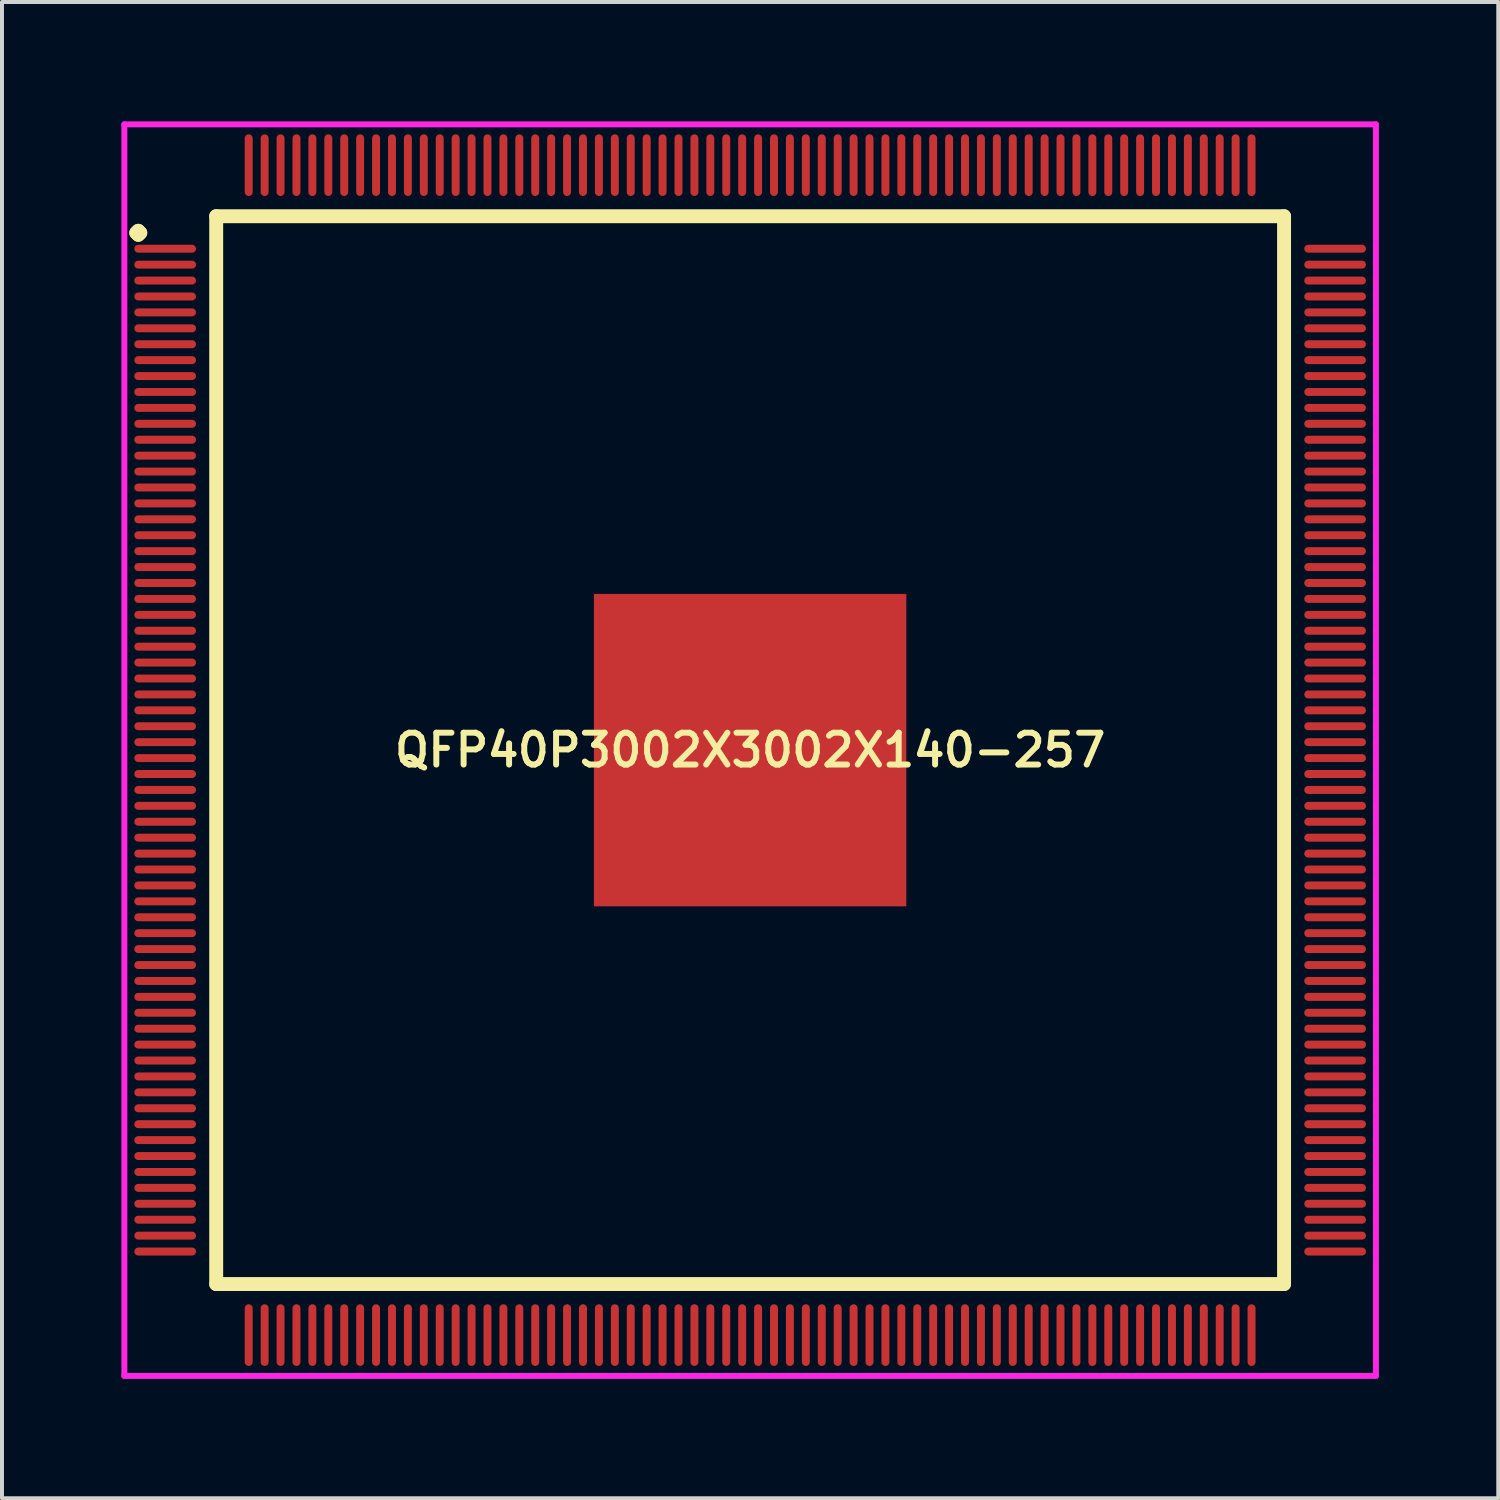
<source format=kicad_pcb>
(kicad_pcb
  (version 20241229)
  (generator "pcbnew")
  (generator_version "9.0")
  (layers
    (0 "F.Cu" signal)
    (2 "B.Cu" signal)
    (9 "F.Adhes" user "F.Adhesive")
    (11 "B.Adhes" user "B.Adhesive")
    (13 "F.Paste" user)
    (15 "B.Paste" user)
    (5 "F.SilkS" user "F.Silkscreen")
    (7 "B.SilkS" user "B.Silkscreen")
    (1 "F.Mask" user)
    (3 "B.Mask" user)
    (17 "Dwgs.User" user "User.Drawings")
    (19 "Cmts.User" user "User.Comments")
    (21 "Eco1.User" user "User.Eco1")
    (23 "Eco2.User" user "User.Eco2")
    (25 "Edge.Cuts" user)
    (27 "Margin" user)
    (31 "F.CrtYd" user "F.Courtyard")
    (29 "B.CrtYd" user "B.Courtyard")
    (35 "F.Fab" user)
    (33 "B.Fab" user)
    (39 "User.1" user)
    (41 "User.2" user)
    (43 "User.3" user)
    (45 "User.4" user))
  (footprint "QFP40P3002X3002X140-257"
    (layer "F.Cu")
    (at 15.8 15.8)
    (property "Reference" "QFP40P3002X3002X140-257" (at 0 0 0) (layer "F.SilkS") (effects (font (size 0.8 0.8) (thickness 0.15))))
    (attr smd)
    (fp_line (start -15.425 -13) (end -15.375 -13.05) (stroke (width 0.35) (type solid)) (layer "F.SilkS"))
    (fp_line (start -15.375 -13.05) (end -15.325 -13) (stroke (width 0.35) (type solid)) (layer "F.SilkS"))
    (fp_line (start -15.375 -12.95) (end -15.425 -13) (stroke (width 0.35) (type solid)) (layer "F.SilkS"))
    (fp_line (start -15.325 -13) (end -15.375 -12.95) (stroke (width 0.35) (type solid)) (layer "F.SilkS"))
    (fp_line (start -13.417 -13.417) (end -13.417 13.417) (stroke (width 0.35) (type solid)) (layer "F.SilkS"))
    (fp_line (start -13.417 13.417) (end 13.417 13.417) (stroke (width 0.35) (type solid)) (layer "F.SilkS"))
    (fp_line (start 13.417 -13.417) (end -13.417 -13.417) (stroke (width 0.35) (type solid)) (layer "F.SilkS"))
    (fp_line (start 13.417 13.417) (end 13.417 -13.417) (stroke (width 0.35) (type solid)) (layer "F.SilkS"))
    (fp_line (start -15.725 -15.725) (end 15.725 -15.725) (stroke (width 0.15) (type solid)) (layer "F.CrtYd"))
    (fp_line (start -15.725 15.725) (end -15.725 -15.725) (stroke (width 0.15) (type solid)) (layer "F.CrtYd"))
    (fp_line (start 15.725 -15.725) (end 15.725 15.725) (stroke (width 0.15) (type solid)) (layer "F.CrtYd"))
    (fp_line (start 15.725 15.725) (end -15.725 15.725) (stroke (width 0.15) (type solid)) (layer "F.CrtYd"))
    (pad "1" smd oval (at -14.7 -12.6) (size 1.55 0.2) (layers "F.Cu" "F.Mask" "F.Paste"))
    (pad "2" smd oval (at -14.7 -12.2) (size 1.55 0.2) (layers "F.Cu" "F.Mask" "F.Paste"))
    (pad "3" smd oval (at -14.7 -11.8) (size 1.55 0.2) (layers "F.Cu" "F.Mask" "F.Paste"))
    (pad "4" smd oval (at -14.7 -11.4) (size 1.55 0.2) (layers "F.Cu" "F.Mask" "F.Paste"))
    (pad "5" smd oval (at -14.7 -11) (size 1.55 0.2) (layers "F.Cu" "F.Mask" "F.Paste"))
    (pad "6" smd oval (at -14.7 -10.6) (size 1.55 0.2) (layers "F.Cu" "F.Mask" "F.Paste"))
    (pad "7" smd oval (at -14.7 -10.2) (size 1.55 0.2) (layers "F.Cu" "F.Mask" "F.Paste"))
    (pad "8" smd oval (at -14.7 -9.8) (size 1.55 0.2) (layers "F.Cu" "F.Mask" "F.Paste"))
    (pad "9" smd oval (at -14.7 -9.4) (size 1.55 0.2) (layers "F.Cu" "F.Mask" "F.Paste"))
    (pad "10" smd oval (at -14.7 -9) (size 1.55 0.2) (layers "F.Cu" "F.Mask" "F.Paste"))
    (pad "11" smd oval (at -14.7 -8.6) (size 1.55 0.2) (layers "F.Cu" "F.Mask" "F.Paste"))
    (pad "12" smd oval (at -14.7 -8.2) (size 1.55 0.2) (layers "F.Cu" "F.Mask" "F.Paste"))
    (pad "13" smd oval (at -14.7 -7.8) (size 1.55 0.2) (layers "F.Cu" "F.Mask" "F.Paste"))
    (pad "14" smd oval (at -14.7 -7.4) (size 1.55 0.2) (layers "F.Cu" "F.Mask" "F.Paste"))
    (pad "15" smd oval (at -14.7 -7) (size 1.55 0.2) (layers "F.Cu" "F.Mask" "F.Paste"))
    (pad "16" smd oval (at -14.7 -6.6) (size 1.55 0.2) (layers "F.Cu" "F.Mask" "F.Paste"))
    (pad "17" smd oval (at -14.7 -6.2) (size 1.55 0.2) (layers "F.Cu" "F.Mask" "F.Paste"))
    (pad "18" smd oval (at -14.7 -5.8) (size 1.55 0.2) (layers "F.Cu" "F.Mask" "F.Paste"))
    (pad "19" smd oval (at -14.7 -5.4) (size 1.55 0.2) (layers "F.Cu" "F.Mask" "F.Paste"))
    (pad "20" smd oval (at -14.7 -5) (size 1.55 0.2) (layers "F.Cu" "F.Mask" "F.Paste"))
    (pad "21" smd oval (at -14.7 -4.6) (size 1.55 0.2) (layers "F.Cu" "F.Mask" "F.Paste"))
    (pad "22" smd oval (at -14.7 -4.2) (size 1.55 0.2) (layers "F.Cu" "F.Mask" "F.Paste"))
    (pad "23" smd oval (at -14.7 -3.8) (size 1.55 0.2) (layers "F.Cu" "F.Mask" "F.Paste"))
    (pad "24" smd oval (at -14.7 -3.4) (size 1.55 0.2) (layers "F.Cu" "F.Mask" "F.Paste"))
    (pad "25" smd oval (at -14.7 -3) (size 1.55 0.2) (layers "F.Cu" "F.Mask" "F.Paste"))
    (pad "26" smd oval (at -14.7 -2.6) (size 1.55 0.2) (layers "F.Cu" "F.Mask" "F.Paste"))
    (pad "27" smd oval (at -14.7 -2.2) (size 1.55 0.2) (layers "F.Cu" "F.Mask" "F.Paste"))
    (pad "28" smd oval (at -14.7 -1.8) (size 1.55 0.2) (layers "F.Cu" "F.Mask" "F.Paste"))
    (pad "29" smd oval (at -14.7 -1.4) (size 1.55 0.2) (layers "F.Cu" "F.Mask" "F.Paste"))
    (pad "30" smd oval (at -14.7 -1) (size 1.55 0.2) (layers "F.Cu" "F.Mask" "F.Paste"))
    (pad "31" smd oval (at -14.7 -0.6) (size 1.55 0.2) (layers "F.Cu" "F.Mask" "F.Paste"))
    (pad "32" smd oval (at -14.7 -0.2) (size 1.55 0.2) (layers "F.Cu" "F.Mask" "F.Paste"))
    (pad "33" smd oval (at -14.7 0.2) (size 1.55 0.2) (layers "F.Cu" "F.Mask" "F.Paste"))
    (pad "34" smd oval (at -14.7 0.6) (size 1.55 0.2) (layers "F.Cu" "F.Mask" "F.Paste"))
    (pad "35" smd oval (at -14.7 1) (size 1.55 0.2) (layers "F.Cu" "F.Mask" "F.Paste"))
    (pad "36" smd oval (at -14.7 1.4) (size 1.55 0.2) (layers "F.Cu" "F.Mask" "F.Paste"))
    (pad "37" smd oval (at -14.7 1.8) (size 1.55 0.2) (layers "F.Cu" "F.Mask" "F.Paste"))
    (pad "38" smd oval (at -14.7 2.2) (size 1.55 0.2) (layers "F.Cu" "F.Mask" "F.Paste"))
    (pad "39" smd oval (at -14.7 2.6) (size 1.55 0.2) (layers "F.Cu" "F.Mask" "F.Paste"))
    (pad "40" smd oval (at -14.7 3) (size 1.55 0.2) (layers "F.Cu" "F.Mask" "F.Paste"))
    (pad "41" smd oval (at -14.7 3.4) (size 1.55 0.2) (layers "F.Cu" "F.Mask" "F.Paste"))
    (pad "42" smd oval (at -14.7 3.8) (size 1.55 0.2) (layers "F.Cu" "F.Mask" "F.Paste"))
    (pad "43" smd oval (at -14.7 4.2) (size 1.55 0.2) (layers "F.Cu" "F.Mask" "F.Paste"))
    (pad "44" smd oval (at -14.7 4.6) (size 1.55 0.2) (layers "F.Cu" "F.Mask" "F.Paste"))
    (pad "45" smd oval (at -14.7 5) (size 1.55 0.2) (layers "F.Cu" "F.Mask" "F.Paste"))
    (pad "46" smd oval (at -14.7 5.4) (size 1.55 0.2) (layers "F.Cu" "F.Mask" "F.Paste"))
    (pad "47" smd oval (at -14.7 5.8) (size 1.55 0.2) (layers "F.Cu" "F.Mask" "F.Paste"))
    (pad "48" smd oval (at -14.7 6.2) (size 1.55 0.2) (layers "F.Cu" "F.Mask" "F.Paste"))
    (pad "49" smd oval (at -14.7 6.6) (size 1.55 0.2) (layers "F.Cu" "F.Mask" "F.Paste"))
    (pad "50" smd oval (at -14.7 7) (size 1.55 0.2) (layers "F.Cu" "F.Mask" "F.Paste"))
    (pad "51" smd oval (at -14.7 7.4) (size 1.55 0.2) (layers "F.Cu" "F.Mask" "F.Paste"))
    (pad "52" smd oval (at -14.7 7.8) (size 1.55 0.2) (layers "F.Cu" "F.Mask" "F.Paste"))
    (pad "53" smd oval (at -14.7 8.2) (size 1.55 0.2) (layers "F.Cu" "F.Mask" "F.Paste"))
    (pad "54" smd oval (at -14.7 8.6) (size 1.55 0.2) (layers "F.Cu" "F.Mask" "F.Paste"))
    (pad "55" smd oval (at -14.7 9) (size 1.55 0.2) (layers "F.Cu" "F.Mask" "F.Paste"))
    (pad "56" smd oval (at -14.7 9.4) (size 1.55 0.2) (layers "F.Cu" "F.Mask" "F.Paste"))
    (pad "57" smd oval (at -14.7 9.8) (size 1.55 0.2) (layers "F.Cu" "F.Mask" "F.Paste"))
    (pad "58" smd oval (at -14.7 10.2) (size 1.55 0.2) (layers "F.Cu" "F.Mask" "F.Paste"))
    (pad "59" smd oval (at -14.7 10.6) (size 1.55 0.2) (layers "F.Cu" "F.Mask" "F.Paste"))
    (pad "60" smd oval (at -14.7 11) (size 1.55 0.2) (layers "F.Cu" "F.Mask" "F.Paste"))
    (pad "61" smd oval (at -14.7 11.4) (size 1.55 0.2) (layers "F.Cu" "F.Mask" "F.Paste"))
    (pad "62" smd oval (at -14.7 11.8) (size 1.55 0.2) (layers "F.Cu" "F.Mask" "F.Paste"))
    (pad "63" smd oval (at -14.7 12.2) (size 1.55 0.2) (layers "F.Cu" "F.Mask" "F.Paste"))
    (pad "64" smd oval (at -14.7 12.6) (size 1.55 0.2) (layers "F.Cu" "F.Mask" "F.Paste"))
    (pad "65" smd oval (at -12.6 14.7) (size 0.2 1.55) (layers "F.Cu" "F.Mask" "F.Paste"))
    (pad "66" smd oval (at -12.2 14.7) (size 0.2 1.55) (layers "F.Cu" "F.Mask" "F.Paste"))
    (pad "67" smd oval (at -11.8 14.7) (size 0.2 1.55) (layers "F.Cu" "F.Mask" "F.Paste"))
    (pad "68" smd oval (at -11.4 14.7) (size 0.2 1.55) (layers "F.Cu" "F.Mask" "F.Paste"))
    (pad "69" smd oval (at -11 14.7) (size 0.2 1.55) (layers "F.Cu" "F.Mask" "F.Paste"))
    (pad "70" smd oval (at -10.6 14.7) (size 0.2 1.55) (layers "F.Cu" "F.Mask" "F.Paste"))
    (pad "71" smd oval (at -10.2 14.7) (size 0.2 1.55) (layers "F.Cu" "F.Mask" "F.Paste"))
    (pad "72" smd oval (at -9.8 14.7) (size 0.2 1.55) (layers "F.Cu" "F.Mask" "F.Paste"))
    (pad "73" smd oval (at -9.4 14.7) (size 0.2 1.55) (layers "F.Cu" "F.Mask" "F.Paste"))
    (pad "74" smd oval (at -9 14.7) (size 0.2 1.55) (layers "F.Cu" "F.Mask" "F.Paste"))
    (pad "75" smd oval (at -8.6 14.7) (size 0.2 1.55) (layers "F.Cu" "F.Mask" "F.Paste"))
    (pad "76" smd oval (at -8.2 14.7) (size 0.2 1.55) (layers "F.Cu" "F.Mask" "F.Paste"))
    (pad "77" smd oval (at -7.8 14.7) (size 0.2 1.55) (layers "F.Cu" "F.Mask" "F.Paste"))
    (pad "78" smd oval (at -7.4 14.7) (size 0.2 1.55) (layers "F.Cu" "F.Mask" "F.Paste"))
    (pad "79" smd oval (at -7 14.7) (size 0.2 1.55) (layers "F.Cu" "F.Mask" "F.Paste"))
    (pad "80" smd oval (at -6.6 14.7) (size 0.2 1.55) (layers "F.Cu" "F.Mask" "F.Paste"))
    (pad "81" smd oval (at -6.2 14.7) (size 0.2 1.55) (layers "F.Cu" "F.Mask" "F.Paste"))
    (pad "82" smd oval (at -5.8 14.7) (size 0.2 1.55) (layers "F.Cu" "F.Mask" "F.Paste"))
    (pad "83" smd oval (at -5.4 14.7) (size 0.2 1.55) (layers "F.Cu" "F.Mask" "F.Paste"))
    (pad "84" smd oval (at -5 14.7) (size 0.2 1.55) (layers "F.Cu" "F.Mask" "F.Paste"))
    (pad "85" smd oval (at -4.6 14.7) (size 0.2 1.55) (layers "F.Cu" "F.Mask" "F.Paste"))
    (pad "86" smd oval (at -4.2 14.7) (size 0.2 1.55) (layers "F.Cu" "F.Mask" "F.Paste"))
    (pad "87" smd oval (at -3.8 14.7) (size 0.2 1.55) (layers "F.Cu" "F.Mask" "F.Paste"))
    (pad "88" smd oval (at -3.4 14.7) (size 0.2 1.55) (layers "F.Cu" "F.Mask" "F.Paste"))
    (pad "89" smd oval (at -3 14.7) (size 0.2 1.55) (layers "F.Cu" "F.Mask" "F.Paste"))
    (pad "90" smd oval (at -2.6 14.7) (size 0.2 1.55) (layers "F.Cu" "F.Mask" "F.Paste"))
    (pad "91" smd oval (at -2.2 14.7) (size 0.2 1.55) (layers "F.Cu" "F.Mask" "F.Paste"))
    (pad "92" smd oval (at -1.8 14.7) (size 0.2 1.55) (layers "F.Cu" "F.Mask" "F.Paste"))
    (pad "93" smd oval (at -1.4 14.7) (size 0.2 1.55) (layers "F.Cu" "F.Mask" "F.Paste"))
    (pad "94" smd oval (at -1 14.7) (size 0.2 1.55) (layers "F.Cu" "F.Mask" "F.Paste"))
    (pad "95" smd oval (at -0.6 14.7) (size 0.2 1.55) (layers "F.Cu" "F.Mask" "F.Paste"))
    (pad "96" smd oval (at -0.2 14.7) (size 0.2 1.55) (layers "F.Cu" "F.Mask" "F.Paste"))
    (pad "97" smd oval (at 0.2 14.7) (size 0.2 1.55) (layers "F.Cu" "F.Mask" "F.Paste"))
    (pad "98" smd oval (at 0.6 14.7) (size 0.2 1.55) (layers "F.Cu" "F.Mask" "F.Paste"))
    (pad "99" smd oval (at 1 14.7) (size 0.2 1.55) (layers "F.Cu" "F.Mask" "F.Paste"))
    (pad "100" smd oval (at 1.4 14.7) (size 0.2 1.55) (layers "F.Cu" "F.Mask" "F.Paste"))
    (pad "101" smd oval (at 1.8 14.7) (size 0.2 1.55) (layers "F.Cu" "F.Mask" "F.Paste"))
    (pad "102" smd oval (at 2.2 14.7) (size 0.2 1.55) (layers "F.Cu" "F.Mask" "F.Paste"))
    (pad "103" smd oval (at 2.6 14.7) (size 0.2 1.55) (layers "F.Cu" "F.Mask" "F.Paste"))
    (pad "104" smd oval (at 3 14.7) (size 0.2 1.55) (layers "F.Cu" "F.Mask" "F.Paste"))
    (pad "105" smd oval (at 3.4 14.7) (size 0.2 1.55) (layers "F.Cu" "F.Mask" "F.Paste"))
    (pad "106" smd oval (at 3.8 14.7) (size 0.2 1.55) (layers "F.Cu" "F.Mask" "F.Paste"))
    (pad "107" smd oval (at 4.2 14.7) (size 0.2 1.55) (layers "F.Cu" "F.Mask" "F.Paste"))
    (pad "108" smd oval (at 4.6 14.7) (size 0.2 1.55) (layers "F.Cu" "F.Mask" "F.Paste"))
    (pad "109" smd oval (at 5 14.7) (size 0.2 1.55) (layers "F.Cu" "F.Mask" "F.Paste"))
    (pad "110" smd oval (at 5.4 14.7) (size 0.2 1.55) (layers "F.Cu" "F.Mask" "F.Paste"))
    (pad "111" smd oval (at 5.8 14.7) (size 0.2 1.55) (layers "F.Cu" "F.Mask" "F.Paste"))
    (pad "112" smd oval (at 6.2 14.7) (size 0.2 1.55) (layers "F.Cu" "F.Mask" "F.Paste"))
    (pad "113" smd oval (at 6.6 14.7) (size 0.2 1.55) (layers "F.Cu" "F.Mask" "F.Paste"))
    (pad "114" smd oval (at 7 14.7) (size 0.2 1.55) (layers "F.Cu" "F.Mask" "F.Paste"))
    (pad "115" smd oval (at 7.4 14.7) (size 0.2 1.55) (layers "F.Cu" "F.Mask" "F.Paste"))
    (pad "116" smd oval (at 7.8 14.7) (size 0.2 1.55) (layers "F.Cu" "F.Mask" "F.Paste"))
    (pad "117" smd oval (at 8.2 14.7) (size 0.2 1.55) (layers "F.Cu" "F.Mask" "F.Paste"))
    (pad "118" smd oval (at 8.6 14.7) (size 0.2 1.55) (layers "F.Cu" "F.Mask" "F.Paste"))
    (pad "119" smd oval (at 9 14.7) (size 0.2 1.55) (layers "F.Cu" "F.Mask" "F.Paste"))
    (pad "120" smd oval (at 9.4 14.7) (size 0.2 1.55) (layers "F.Cu" "F.Mask" "F.Paste"))
    (pad "121" smd oval (at 9.8 14.7) (size 0.2 1.55) (layers "F.Cu" "F.Mask" "F.Paste"))
    (pad "122" smd oval (at 10.2 14.7) (size 0.2 1.55) (layers "F.Cu" "F.Mask" "F.Paste"))
    (pad "123" smd oval (at 10.6 14.7) (size 0.2 1.55) (layers "F.Cu" "F.Mask" "F.Paste"))
    (pad "124" smd oval (at 11 14.7) (size 0.2 1.55) (layers "F.Cu" "F.Mask" "F.Paste"))
    (pad "125" smd oval (at 11.4 14.7) (size 0.2 1.55) (layers "F.Cu" "F.Mask" "F.Paste"))
    (pad "126" smd oval (at 11.8 14.7) (size 0.2 1.55) (layers "F.Cu" "F.Mask" "F.Paste"))
    (pad "127" smd oval (at 12.2 14.7) (size 0.2 1.55) (layers "F.Cu" "F.Mask" "F.Paste"))
    (pad "128" smd oval (at 12.6 14.7) (size 0.2 1.55) (layers "F.Cu" "F.Mask" "F.Paste"))
    (pad "129" smd oval (at 14.7 12.6) (size 1.55 0.2) (layers "F.Cu" "F.Mask" "F.Paste"))
    (pad "130" smd oval (at 14.7 12.2) (size 1.55 0.2) (layers "F.Cu" "F.Mask" "F.Paste"))
    (pad "131" smd oval (at 14.7 11.8) (size 1.55 0.2) (layers "F.Cu" "F.Mask" "F.Paste"))
    (pad "132" smd oval (at 14.7 11.4) (size 1.55 0.2) (layers "F.Cu" "F.Mask" "F.Paste"))
    (pad "133" smd oval (at 14.7 11) (size 1.55 0.2) (layers "F.Cu" "F.Mask" "F.Paste"))
    (pad "134" smd oval (at 14.7 10.6) (size 1.55 0.2) (layers "F.Cu" "F.Mask" "F.Paste"))
    (pad "135" smd oval (at 14.7 10.2) (size 1.55 0.2) (layers "F.Cu" "F.Mask" "F.Paste"))
    (pad "136" smd oval (at 14.7 9.8) (size 1.55 0.2) (layers "F.Cu" "F.Mask" "F.Paste"))
    (pad "137" smd oval (at 14.7 9.4) (size 1.55 0.2) (layers "F.Cu" "F.Mask" "F.Paste"))
    (pad "138" smd oval (at 14.7 9) (size 1.55 0.2) (layers "F.Cu" "F.Mask" "F.Paste"))
    (pad "139" smd oval (at 14.7 8.6) (size 1.55 0.2) (layers "F.Cu" "F.Mask" "F.Paste"))
    (pad "140" smd oval (at 14.7 8.2) (size 1.55 0.2) (layers "F.Cu" "F.Mask" "F.Paste"))
    (pad "141" smd oval (at 14.7 7.8) (size 1.55 0.2) (layers "F.Cu" "F.Mask" "F.Paste"))
    (pad "142" smd oval (at 14.7 7.4) (size 1.55 0.2) (layers "F.Cu" "F.Mask" "F.Paste"))
    (pad "143" smd oval (at 14.7 7) (size 1.55 0.2) (layers "F.Cu" "F.Mask" "F.Paste"))
    (pad "144" smd oval (at 14.7 6.6) (size 1.55 0.2) (layers "F.Cu" "F.Mask" "F.Paste"))
    (pad "145" smd oval (at 14.7 6.2) (size 1.55 0.2) (layers "F.Cu" "F.Mask" "F.Paste"))
    (pad "146" smd oval (at 14.7 5.8) (size 1.55 0.2) (layers "F.Cu" "F.Mask" "F.Paste"))
    (pad "147" smd oval (at 14.7 5.4) (size 1.55 0.2) (layers "F.Cu" "F.Mask" "F.Paste"))
    (pad "148" smd oval (at 14.7 5) (size 1.55 0.2) (layers "F.Cu" "F.Mask" "F.Paste"))
    (pad "149" smd oval (at 14.7 4.6) (size 1.55 0.2) (layers "F.Cu" "F.Mask" "F.Paste"))
    (pad "150" smd oval (at 14.7 4.2) (size 1.55 0.2) (layers "F.Cu" "F.Mask" "F.Paste"))
    (pad "151" smd oval (at 14.7 3.8) (size 1.55 0.2) (layers "F.Cu" "F.Mask" "F.Paste"))
    (pad "152" smd oval (at 14.7 3.4) (size 1.55 0.2) (layers "F.Cu" "F.Mask" "F.Paste"))
    (pad "153" smd oval (at 14.7 3) (size 1.55 0.2) (layers "F.Cu" "F.Mask" "F.Paste"))
    (pad "154" smd oval (at 14.7 2.6) (size 1.55 0.2) (layers "F.Cu" "F.Mask" "F.Paste"))
    (pad "155" smd oval (at 14.7 2.2) (size 1.55 0.2) (layers "F.Cu" "F.Mask" "F.Paste"))
    (pad "156" smd oval (at 14.7 1.8) (size 1.55 0.2) (layers "F.Cu" "F.Mask" "F.Paste"))
    (pad "157" smd oval (at 14.7 1.4) (size 1.55 0.2) (layers "F.Cu" "F.Mask" "F.Paste"))
    (pad "158" smd oval (at 14.7 1) (size 1.55 0.2) (layers "F.Cu" "F.Mask" "F.Paste"))
    (pad "159" smd oval (at 14.7 0.6) (size 1.55 0.2) (layers "F.Cu" "F.Mask" "F.Paste"))
    (pad "160" smd oval (at 14.7 0.2) (size 1.55 0.2) (layers "F.Cu" "F.Mask" "F.Paste"))
    (pad "161" smd oval (at 14.7 -0.2) (size 1.55 0.2) (layers "F.Cu" "F.Mask" "F.Paste"))
    (pad "162" smd oval (at 14.7 -0.6) (size 1.55 0.2) (layers "F.Cu" "F.Mask" "F.Paste"))
    (pad "163" smd oval (at 14.7 -1) (size 1.55 0.2) (layers "F.Cu" "F.Mask" "F.Paste"))
    (pad "164" smd oval (at 14.7 -1.4) (size 1.55 0.2) (layers "F.Cu" "F.Mask" "F.Paste"))
    (pad "165" smd oval (at 14.7 -1.8) (size 1.55 0.2) (layers "F.Cu" "F.Mask" "F.Paste"))
    (pad "166" smd oval (at 14.7 -2.2) (size 1.55 0.2) (layers "F.Cu" "F.Mask" "F.Paste"))
    (pad "167" smd oval (at 14.7 -2.6) (size 1.55 0.2) (layers "F.Cu" "F.Mask" "F.Paste"))
    (pad "168" smd oval (at 14.7 -3) (size 1.55 0.2) (layers "F.Cu" "F.Mask" "F.Paste"))
    (pad "169" smd oval (at 14.7 -3.4) (size 1.55 0.2) (layers "F.Cu" "F.Mask" "F.Paste"))
    (pad "170" smd oval (at 14.7 -3.8) (size 1.55 0.2) (layers "F.Cu" "F.Mask" "F.Paste"))
    (pad "171" smd oval (at 14.7 -4.2) (size 1.55 0.2) (layers "F.Cu" "F.Mask" "F.Paste"))
    (pad "172" smd oval (at 14.7 -4.6) (size 1.55 0.2) (layers "F.Cu" "F.Mask" "F.Paste"))
    (pad "173" smd oval (at 14.7 -5) (size 1.55 0.2) (layers "F.Cu" "F.Mask" "F.Paste"))
    (pad "174" smd oval (at 14.7 -5.4) (size 1.55 0.2) (layers "F.Cu" "F.Mask" "F.Paste"))
    (pad "175" smd oval (at 14.7 -5.8) (size 1.55 0.2) (layers "F.Cu" "F.Mask" "F.Paste"))
    (pad "176" smd oval (at 14.7 -6.2) (size 1.55 0.2) (layers "F.Cu" "F.Mask" "F.Paste"))
    (pad "177" smd oval (at 14.7 -6.6) (size 1.55 0.2) (layers "F.Cu" "F.Mask" "F.Paste"))
    (pad "178" smd oval (at 14.7 -7) (size 1.55 0.2) (layers "F.Cu" "F.Mask" "F.Paste"))
    (pad "179" smd oval (at 14.7 -7.4) (size 1.55 0.2) (layers "F.Cu" "F.Mask" "F.Paste"))
    (pad "180" smd oval (at 14.7 -7.8) (size 1.55 0.2) (layers "F.Cu" "F.Mask" "F.Paste"))
    (pad "181" smd oval (at 14.7 -8.2) (size 1.55 0.2) (layers "F.Cu" "F.Mask" "F.Paste"))
    (pad "182" smd oval (at 14.7 -8.6) (size 1.55 0.2) (layers "F.Cu" "F.Mask" "F.Paste"))
    (pad "183" smd oval (at 14.7 -9) (size 1.55 0.2) (layers "F.Cu" "F.Mask" "F.Paste"))
    (pad "184" smd oval (at 14.7 -9.4) (size 1.55 0.2) (layers "F.Cu" "F.Mask" "F.Paste"))
    (pad "185" smd oval (at 14.7 -9.8) (size 1.55 0.2) (layers "F.Cu" "F.Mask" "F.Paste"))
    (pad "186" smd oval (at 14.7 -10.2) (size 1.55 0.2) (layers "F.Cu" "F.Mask" "F.Paste"))
    (pad "187" smd oval (at 14.7 -10.6) (size 1.55 0.2) (layers "F.Cu" "F.Mask" "F.Paste"))
    (pad "188" smd oval (at 14.7 -11) (size 1.55 0.2) (layers "F.Cu" "F.Mask" "F.Paste"))
    (pad "189" smd oval (at 14.7 -11.4) (size 1.55 0.2) (layers "F.Cu" "F.Mask" "F.Paste"))
    (pad "190" smd oval (at 14.7 -11.8) (size 1.55 0.2) (layers "F.Cu" "F.Mask" "F.Paste"))
    (pad "191" smd oval (at 14.7 -12.2) (size 1.55 0.2) (layers "F.Cu" "F.Mask" "F.Paste"))
    (pad "192" smd oval (at 14.7 -12.6) (size 1.55 0.2) (layers "F.Cu" "F.Mask" "F.Paste"))
    (pad "193" smd oval (at 12.6 -14.7) (size 0.2 1.55) (layers "F.Cu" "F.Mask" "F.Paste"))
    (pad "194" smd oval (at 12.2 -14.7) (size 0.2 1.55) (layers "F.Cu" "F.Mask" "F.Paste"))
    (pad "195" smd oval (at 11.8 -14.7) (size 0.2 1.55) (layers "F.Cu" "F.Mask" "F.Paste"))
    (pad "196" smd oval (at 11.4 -14.7) (size 0.2 1.55) (layers "F.Cu" "F.Mask" "F.Paste"))
    (pad "197" smd oval (at 11 -14.7) (size 0.2 1.55) (layers "F.Cu" "F.Mask" "F.Paste"))
    (pad "198" smd oval (at 10.6 -14.7) (size 0.2 1.55) (layers "F.Cu" "F.Mask" "F.Paste"))
    (pad "199" smd oval (at 10.2 -14.7) (size 0.2 1.55) (layers "F.Cu" "F.Mask" "F.Paste"))
    (pad "200" smd oval (at 9.8 -14.7) (size 0.2 1.55) (layers "F.Cu" "F.Mask" "F.Paste"))
    (pad "201" smd oval (at 9.4 -14.7) (size 0.2 1.55) (layers "F.Cu" "F.Mask" "F.Paste"))
    (pad "202" smd oval (at 9 -14.7) (size 0.2 1.55) (layers "F.Cu" "F.Mask" "F.Paste"))
    (pad "203" smd oval (at 8.6 -14.7) (size 0.2 1.55) (layers "F.Cu" "F.Mask" "F.Paste"))
    (pad "204" smd oval (at 8.2 -14.7) (size 0.2 1.55) (layers "F.Cu" "F.Mask" "F.Paste"))
    (pad "205" smd oval (at 7.8 -14.7) (size 0.2 1.55) (layers "F.Cu" "F.Mask" "F.Paste"))
    (pad "206" smd oval (at 7.4 -14.7) (size 0.2 1.55) (layers "F.Cu" "F.Mask" "F.Paste"))
    (pad "207" smd oval (at 7 -14.7) (size 0.2 1.55) (layers "F.Cu" "F.Mask" "F.Paste"))
    (pad "208" smd oval (at 6.6 -14.7) (size 0.2 1.55) (layers "F.Cu" "F.Mask" "F.Paste"))
    (pad "209" smd oval (at 6.2 -14.7) (size 0.2 1.55) (layers "F.Cu" "F.Mask" "F.Paste"))
    (pad "210" smd oval (at 5.8 -14.7) (size 0.2 1.55) (layers "F.Cu" "F.Mask" "F.Paste"))
    (pad "211" smd oval (at 5.4 -14.7) (size 0.2 1.55) (layers "F.Cu" "F.Mask" "F.Paste"))
    (pad "212" smd oval (at 5 -14.7) (size 0.2 1.55) (layers "F.Cu" "F.Mask" "F.Paste"))
    (pad "213" smd oval (at 4.6 -14.7) (size 0.2 1.55) (layers "F.Cu" "F.Mask" "F.Paste"))
    (pad "214" smd oval (at 4.2 -14.7) (size 0.2 1.55) (layers "F.Cu" "F.Mask" "F.Paste"))
    (pad "215" smd oval (at 3.8 -14.7) (size 0.2 1.55) (layers "F.Cu" "F.Mask" "F.Paste"))
    (pad "216" smd oval (at 3.4 -14.7) (size 0.2 1.55) (layers "F.Cu" "F.Mask" "F.Paste"))
    (pad "217" smd oval (at 3 -14.7) (size 0.2 1.55) (layers "F.Cu" "F.Mask" "F.Paste"))
    (pad "218" smd oval (at 2.6 -14.7) (size 0.2 1.55) (layers "F.Cu" "F.Mask" "F.Paste"))
    (pad "219" smd oval (at 2.2 -14.7) (size 0.2 1.55) (layers "F.Cu" "F.Mask" "F.Paste"))
    (pad "220" smd oval (at 1.8 -14.7) (size 0.2 1.55) (layers "F.Cu" "F.Mask" "F.Paste"))
    (pad "221" smd oval (at 1.4 -14.7) (size 0.2 1.55) (layers "F.Cu" "F.Mask" "F.Paste"))
    (pad "222" smd oval (at 1 -14.7) (size 0.2 1.55) (layers "F.Cu" "F.Mask" "F.Paste"))
    (pad "223" smd oval (at 0.6 -14.7) (size 0.2 1.55) (layers "F.Cu" "F.Mask" "F.Paste"))
    (pad "224" smd oval (at 0.2 -14.7) (size 0.2 1.55) (layers "F.Cu" "F.Mask" "F.Paste"))
    (pad "225" smd oval (at -0.2 -14.7) (size 0.2 1.55) (layers "F.Cu" "F.Mask" "F.Paste"))
    (pad "226" smd oval (at -0.6 -14.7) (size 0.2 1.55) (layers "F.Cu" "F.Mask" "F.Paste"))
    (pad "227" smd oval (at -1 -14.7) (size 0.2 1.55) (layers "F.Cu" "F.Mask" "F.Paste"))
    (pad "228" smd oval (at -1.4 -14.7) (size 0.2 1.55) (layers "F.Cu" "F.Mask" "F.Paste"))
    (pad "229" smd oval (at -1.8 -14.7) (size 0.2 1.55) (layers "F.Cu" "F.Mask" "F.Paste"))
    (pad "230" smd oval (at -2.2 -14.7) (size 0.2 1.55) (layers "F.Cu" "F.Mask" "F.Paste"))
    (pad "231" smd oval (at -2.6 -14.7) (size 0.2 1.55) (layers "F.Cu" "F.Mask" "F.Paste"))
    (pad "232" smd oval (at -3 -14.7) (size 0.2 1.55) (layers "F.Cu" "F.Mask" "F.Paste"))
    (pad "233" smd oval (at -3.4 -14.7) (size 0.2 1.55) (layers "F.Cu" "F.Mask" "F.Paste"))
    (pad "234" smd oval (at -3.8 -14.7) (size 0.2 1.55) (layers "F.Cu" "F.Mask" "F.Paste"))
    (pad "235" smd oval (at -4.2 -14.7) (size 0.2 1.55) (layers "F.Cu" "F.Mask" "F.Paste"))
    (pad "236" smd oval (at -4.6 -14.7) (size 0.2 1.55) (layers "F.Cu" "F.Mask" "F.Paste"))
    (pad "237" smd oval (at -5 -14.7) (size 0.2 1.55) (layers "F.Cu" "F.Mask" "F.Paste"))
    (pad "238" smd oval (at -5.4 -14.7) (size 0.2 1.55) (layers "F.Cu" "F.Mask" "F.Paste"))
    (pad "239" smd oval (at -5.8 -14.7) (size 0.2 1.55) (layers "F.Cu" "F.Mask" "F.Paste"))
    (pad "240" smd oval (at -6.2 -14.7) (size 0.2 1.55) (layers "F.Cu" "F.Mask" "F.Paste"))
    (pad "241" smd oval (at -6.6 -14.7) (size 0.2 1.55) (layers "F.Cu" "F.Mask" "F.Paste"))
    (pad "242" smd oval (at -7 -14.7) (size 0.2 1.55) (layers "F.Cu" "F.Mask" "F.Paste"))
    (pad "243" smd oval (at -7.4 -14.7) (size 0.2 1.55) (layers "F.Cu" "F.Mask" "F.Paste"))
    (pad "244" smd oval (at -7.8 -14.7) (size 0.2 1.55) (layers "F.Cu" "F.Mask" "F.Paste"))
    (pad "245" smd oval (at -8.2 -14.7) (size 0.2 1.55) (layers "F.Cu" "F.Mask" "F.Paste"))
    (pad "246" smd oval (at -8.6 -14.7) (size 0.2 1.55) (layers "F.Cu" "F.Mask" "F.Paste"))
    (pad "247" smd oval (at -9 -14.7) (size 0.2 1.55) (layers "F.Cu" "F.Mask" "F.Paste"))
    (pad "248" smd oval (at -9.4 -14.7) (size 0.2 1.55) (layers "F.Cu" "F.Mask" "F.Paste"))
    (pad "249" smd oval (at -9.8 -14.7) (size 0.2 1.55) (layers "F.Cu" "F.Mask" "F.Paste"))
    (pad "250" smd oval (at -10.2 -14.7) (size 0.2 1.55) (layers "F.Cu" "F.Mask" "F.Paste"))
    (pad "251" smd oval (at -10.6 -14.7) (size 0.2 1.55) (layers "F.Cu" "F.Mask" "F.Paste"))
    (pad "252" smd oval (at -11 -14.7) (size 0.2 1.55) (layers "F.Cu" "F.Mask" "F.Paste"))
    (pad "253" smd oval (at -11.4 -14.7) (size 0.2 1.55) (layers "F.Cu" "F.Mask" "F.Paste"))
    (pad "254" smd oval (at -11.8 -14.7) (size 0.2 1.55) (layers "F.Cu" "F.Mask" "F.Paste"))
    (pad "255" smd oval (at -12.2 -14.7) (size 0.2 1.55) (layers "F.Cu" "F.Mask" "F.Paste"))
    (pad "256" smd oval (at -12.6 -14.7) (size 0.2 1.55) (layers "F.Cu" "F.Mask" "F.Paste"))
    (pad "257" smd rect (at 0 0) (size 7.85 7.85) (layers "F.Cu" "F.Mask" "F.Paste")))
  (gr_rect
    (start -3 -3)
    (end 34.6 34.6)
    (stroke (width 0.1) (type default))
    (fill no)
    (layer "Edge.Cuts")))
</source>
